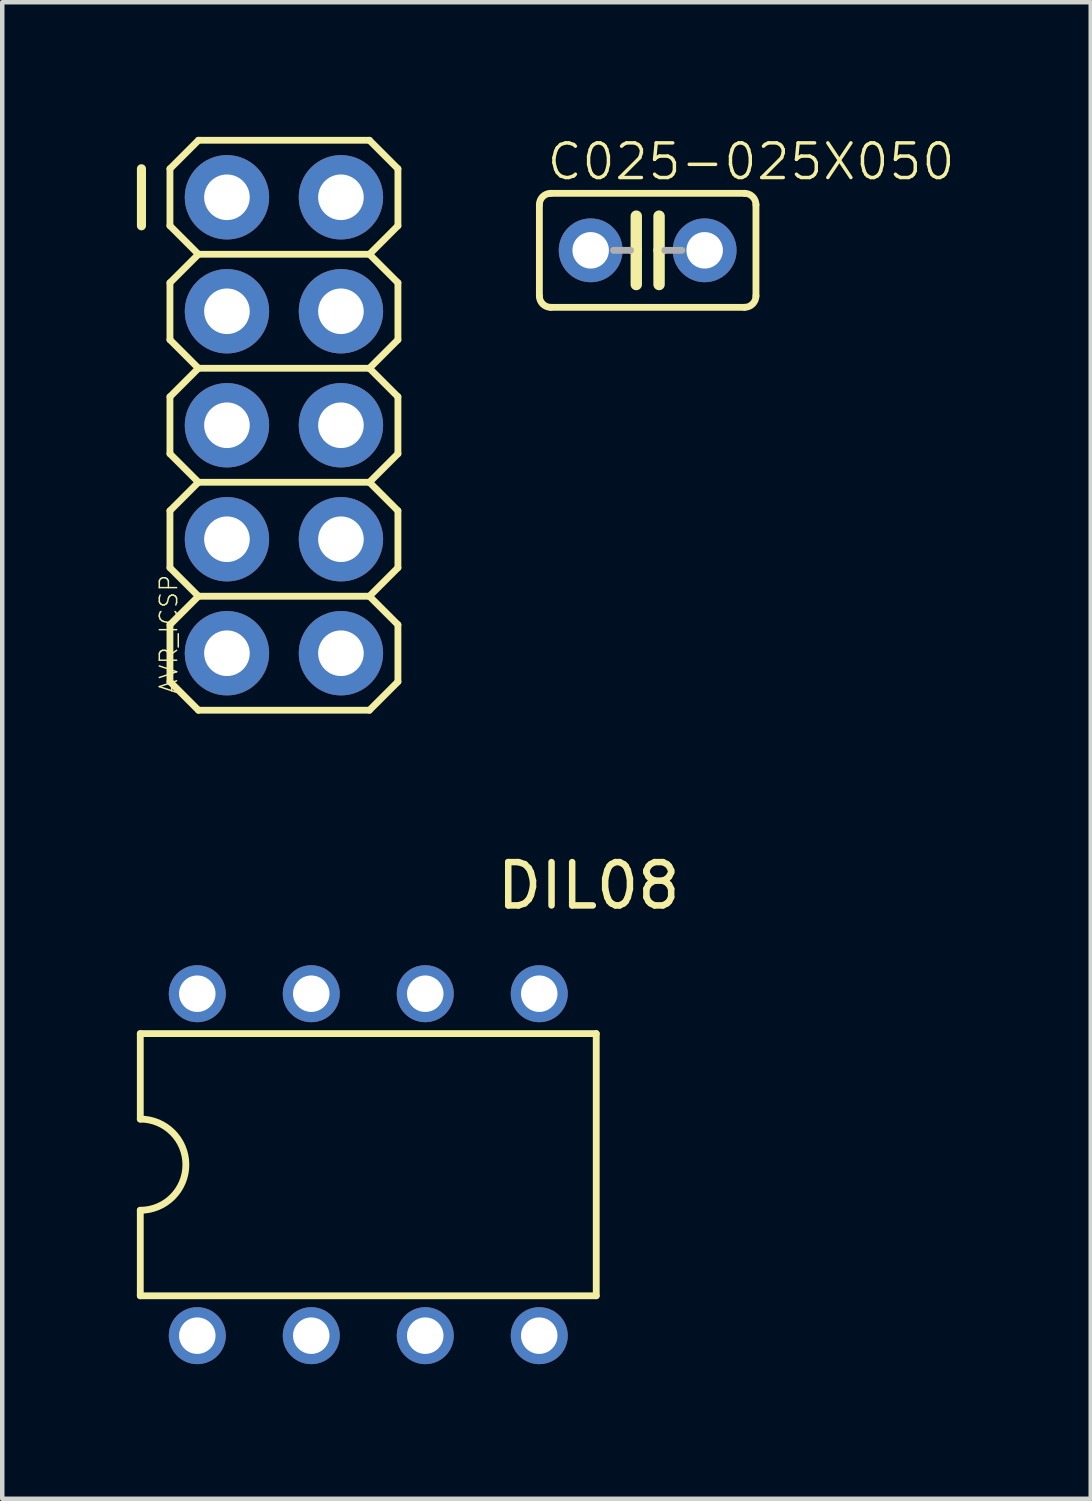
<source format=kicad_pcb>
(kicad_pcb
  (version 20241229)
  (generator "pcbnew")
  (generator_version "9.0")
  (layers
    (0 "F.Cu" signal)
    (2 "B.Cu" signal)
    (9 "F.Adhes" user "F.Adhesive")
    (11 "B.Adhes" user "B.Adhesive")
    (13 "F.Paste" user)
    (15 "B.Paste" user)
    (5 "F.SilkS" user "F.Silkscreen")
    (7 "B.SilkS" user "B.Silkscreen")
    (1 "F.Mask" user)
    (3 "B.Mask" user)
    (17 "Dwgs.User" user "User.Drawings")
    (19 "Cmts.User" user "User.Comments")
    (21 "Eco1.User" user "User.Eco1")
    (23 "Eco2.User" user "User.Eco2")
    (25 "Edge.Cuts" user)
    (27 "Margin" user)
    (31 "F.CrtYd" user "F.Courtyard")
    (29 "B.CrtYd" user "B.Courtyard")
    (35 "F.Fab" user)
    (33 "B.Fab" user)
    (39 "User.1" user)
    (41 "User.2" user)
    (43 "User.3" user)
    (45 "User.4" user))
  (footprint "DIL08"
    (layer "F.Cu")
    (at 5.156 22.903)
    (property "Reference" "DIL08" (at 2.794 -5.652 0) (layer "F.SilkS") (effects (font (size 0.965 0.965) (thickness 0.145)) (justify left bottom)))
    (attr through_hole)
    (fp_line (start -5.08 -2.921) (end -5.08 -1.016) (stroke (width 0.152) (type solid)) (layer "F.SilkS"))
    (fp_line (start -5.08 2.921) (end -5.08 1.016) (stroke (width 0.152) (type solid)) (layer "F.SilkS"))
    (fp_line (start -5.08 2.921) (end 5.08 2.921) (stroke (width 0.152) (type solid)) (layer "F.SilkS"))
    (fp_line (start 5.08 -2.921) (end -5.08 -2.921) (stroke (width 0.152) (type solid)) (layer "F.SilkS"))
    (fp_line (start 5.08 -2.921) (end 5.08 2.921) (stroke (width 0.152) (type solid)) (layer "F.SilkS"))
    (fp_arc (start -5.08 -1.016) (mid -4.064 0) (end -5.08 1.016) (stroke (width 0.1524) (type solid)) (layer "F.SilkS"))
    (pad "1" thru_hole circle (at -3.81 3.81 90) (size 1.27 1.27) (drill 0.813) (layers "*.Cu" "*.Mask"))
    (pad "2" thru_hole circle (at -1.27 3.81 90) (size 1.27 1.27) (drill 0.813) (layers "*.Cu" "*.Mask"))
    (pad "3" thru_hole circle (at 1.27 3.81 90) (size 1.27 1.27) (drill 0.813) (layers "*.Cu" "*.Mask"))
    (pad "4" thru_hole circle (at 3.81 3.81 90) (size 1.27 1.27) (drill 0.813) (layers "*.Cu" "*.Mask"))
    (pad "5" thru_hole circle (at 3.81 -3.81 90) (size 1.27 1.27) (drill 0.813) (layers "*.Cu" "*.Mask"))
    (pad "6" thru_hole circle (at 1.27 -3.81 90) (size 1.27 1.27) (drill 0.813) (layers "*.Cu" "*.Mask"))
    (pad "7" thru_hole circle (at -1.27 -3.81 90) (size 1.27 1.27) (drill 0.813) (layers "*.Cu" "*.Mask"))
    (pad "8" thru_hole circle (at -3.81 -3.81 90) (size 1.27 1.27) (drill 0.813) (layers "*.Cu" "*.Mask")))
  (footprint "AVR_ICSP"
    (layer "F.Cu")
    (at 3.277 6.426)
    (property "Reference" "AVR_ICSP" (at -2.794 3.302 90) (layer "F.SilkS") (effects (font (size 0.386 0.386) (thickness 0.033)) (justify right top)))
    (attr through_hole)
    (fp_line (start -3.175 -5.715) (end -3.175 -4.445) (stroke (width 0.203) (type solid)) (layer "F.SilkS"))
    (fp_line (start -2.54 -5.715) (end -2.54 -4.445) (stroke (width 0.152) (type solid)) (layer "F.SilkS"))
    (fp_line (start -2.54 -4.445) (end -1.905 -3.81) (stroke (width 0.152) (type solid)) (layer "F.SilkS"))
    (fp_line (start -2.54 -3.175) (end -2.54 -1.905) (stroke (width 0.152) (type solid)) (layer "F.SilkS"))
    (fp_line (start -2.54 -1.905) (end -1.905 -1.27) (stroke (width 0.152) (type solid)) (layer "F.SilkS"))
    (fp_line (start -2.54 -0.635) (end -2.54 0.635) (stroke (width 0.152) (type solid)) (layer "F.SilkS"))
    (fp_line (start -2.54 0.635) (end -1.905 1.27) (stroke (width 0.152) (type solid)) (layer "F.SilkS"))
    (fp_line (start -2.54 1.905) (end -2.54 3.175) (stroke (width 0.152) (type solid)) (layer "F.SilkS"))
    (fp_line (start -2.54 3.175) (end -1.905 3.81) (stroke (width 0.152) (type solid)) (layer "F.SilkS"))
    (fp_line (start -2.54 4.445) (end -2.54 5.715) (stroke (width 0.152) (type solid)) (layer "F.SilkS"))
    (fp_line (start -2.54 5.715) (end -1.905 6.35) (stroke (width 0.152) (type solid)) (layer "F.SilkS"))
    (fp_line (start -1.905 -6.35) (end -2.54 -5.715) (stroke (width 0.152) (type solid)) (layer "F.SilkS"))
    (fp_line (start -1.905 -6.35) (end 1.905 -6.35) (stroke (width 0.152) (type solid)) (layer "F.SilkS"))
    (fp_line (start -1.905 -3.81) (end -2.54 -3.175) (stroke (width 0.152) (type solid)) (layer "F.SilkS"))
    (fp_line (start -1.905 -1.27) (end -2.54 -0.635) (stroke (width 0.152) (type solid)) (layer "F.SilkS"))
    (fp_line (start -1.905 1.27) (end -2.54 1.905) (stroke (width 0.152) (type solid)) (layer "F.SilkS"))
    (fp_line (start -1.905 3.81) (end -2.54 4.445) (stroke (width 0.152) (type solid)) (layer "F.SilkS"))
    (fp_line (start 1.905 -6.35) (end 2.54 -5.715) (stroke (width 0.152) (type solid)) (layer "F.SilkS"))
    (fp_line (start 1.905 -3.81) (end -1.905 -3.81) (stroke (width 0.152) (type solid)) (layer "F.SilkS"))
    (fp_line (start 1.905 -3.81) (end 2.54 -3.175) (stroke (width 0.152) (type solid)) (layer "F.SilkS"))
    (fp_line (start 1.905 -1.27) (end -1.905 -1.27) (stroke (width 0.152) (type solid)) (layer "F.SilkS"))
    (fp_line (start 1.905 -1.27) (end 2.54 -0.635) (stroke (width 0.152) (type solid)) (layer "F.SilkS"))
    (fp_line (start 1.905 1.27) (end -1.905 1.27) (stroke (width 0.152) (type solid)) (layer "F.SilkS"))
    (fp_line (start 1.905 1.27) (end 2.54 1.905) (stroke (width 0.152) (type solid)) (layer "F.SilkS"))
    (fp_line (start 1.905 3.81) (end -1.905 3.81) (stroke (width 0.152) (type solid)) (layer "F.SilkS"))
    (fp_line (start 1.905 3.81) (end 2.54 4.445) (stroke (width 0.152) (type solid)) (layer "F.SilkS"))
    (fp_line (start 1.905 6.35) (end -1.905 6.35) (stroke (width 0.152) (type solid)) (layer "F.SilkS"))
    (fp_line (start 2.54 -5.715) (end 2.54 -4.445) (stroke (width 0.152) (type solid)) (layer "F.SilkS"))
    (fp_line (start 2.54 -4.445) (end 1.905 -3.81) (stroke (width 0.152) (type solid)) (layer "F.SilkS"))
    (fp_line (start 2.54 -3.175) (end 2.54 -1.905) (stroke (width 0.152) (type solid)) (layer "F.SilkS"))
    (fp_line (start 2.54 -1.905) (end 1.905 -1.27) (stroke (width 0.152) (type solid)) (layer "F.SilkS"))
    (fp_line (start 2.54 -0.635) (end 2.54 0.635) (stroke (width 0.152) (type solid)) (layer "F.SilkS"))
    (fp_line (start 2.54 0.635) (end 1.905 1.27) (stroke (width 0.152) (type solid)) (layer "F.SilkS"))
    (fp_line (start 2.54 1.905) (end 2.54 3.175) (stroke (width 0.152) (type solid)) (layer "F.SilkS"))
    (fp_line (start 2.54 3.175) (end 1.905 3.81) (stroke (width 0.152) (type solid)) (layer "F.SilkS"))
    (fp_line (start 2.54 4.445) (end 2.54 5.715) (stroke (width 0.152) (type solid)) (layer "F.SilkS"))
    (fp_line (start 2.54 5.715) (end 1.905 6.35) (stroke (width 0.152) (type solid)) (layer "F.SilkS"))
    (fp_poly (pts (xy -1.524 0.254) (xy -1.016 0.254) (xy -1.016 -0.254) (xy -1.524 -0.254)) (stroke (width 0) (type solid)) (fill yes) (layer "F.SilkS"))
    (fp_poly (pts (xy -1.524 -4.826) (xy -1.016 -4.826) (xy -1.016 -5.334) (xy -1.524 -5.334)) (stroke (width 0.1) (type solid)) (fill no) (layer "F.Fab"))
    (fp_poly (pts (xy -1.524 -2.286) (xy -1.016 -2.286) (xy -1.016 -2.794) (xy -1.524 -2.794)) (stroke (width 0.1) (type solid)) (fill no) (layer "F.Fab"))
    (fp_poly (pts (xy -1.524 2.794) (xy -1.016 2.794) (xy -1.016 2.286) (xy -1.524 2.286)) (stroke (width 0.1) (type solid)) (fill no) (layer "F.Fab"))
    (fp_poly (pts (xy -1.524 5.334) (xy -1.016 5.334) (xy -1.016 4.826) (xy -1.524 4.826)) (stroke (width 0.1) (type solid)) (fill no) (layer "F.Fab"))
    (fp_poly (pts (xy 1.016 -4.826) (xy 1.524 -4.826) (xy 1.524 -5.334) (xy 1.016 -5.334)) (stroke (width 0.1) (type solid)) (fill no) (layer "F.Fab"))
    (fp_poly (pts (xy 1.016 -2.286) (xy 1.524 -2.286) (xy 1.524 -2.794) (xy 1.016 -2.794)) (stroke (width 0.1) (type solid)) (fill no) (layer "F.Fab"))
    (fp_poly (pts (xy 1.016 0.254) (xy 1.524 0.254) (xy 1.524 -0.254) (xy 1.016 -0.254)) (stroke (width 0.1) (type solid)) (fill no) (layer "F.Fab"))
    (fp_poly (pts (xy 1.016 2.794) (xy 1.524 2.794) (xy 1.524 2.286) (xy 1.016 2.286)) (stroke (width 0.1) (type solid)) (fill no) (layer "F.Fab"))
    (fp_poly (pts (xy 1.016 5.334) (xy 1.524 5.334) (xy 1.524 4.826) (xy 1.016 4.826)) (stroke (width 0.1) (type solid)) (fill no) (layer "F.Fab"))
    (pad "1" thru_hole circle (at -1.27 -5.08 270) (size 1.88 1.88) (drill 1.016) (layers "*.Cu" "*.Mask"))
    (pad "2" thru_hole circle (at 1.27 -5.08 270) (size 1.88 1.88) (drill 1.016) (layers "*.Cu" "*.Mask"))
    (pad "3" thru_hole circle (at -1.27 -2.54 270) (size 1.88 1.88) (drill 1.016) (layers "*.Cu" "*.Mask"))
    (pad "4" thru_hole circle (at 1.27 -2.54 270) (size 1.88 1.88) (drill 1.016) (layers "*.Cu" "*.Mask"))
    (pad "5" thru_hole circle (at -1.27 0 270) (size 1.88 1.88) (drill 1.016) (layers "*.Cu" "*.Mask"))
    (pad "6" thru_hole circle (at 1.27 0 270) (size 1.88 1.88) (drill 1.016) (layers "*.Cu" "*.Mask"))
    (pad "7" thru_hole circle (at -1.27 2.54 270) (size 1.88 1.88) (drill 1.016) (layers "*.Cu" "*.Mask"))
    (pad "8" thru_hole circle (at 1.27 2.54 270) (size 1.88 1.88) (drill 1.016) (layers "*.Cu" "*.Mask"))
    (pad "9" thru_hole circle (at -1.27 5.08 270) (size 1.88 1.88) (drill 1.016) (layers "*.Cu" "*.Mask"))
    (pad "10" thru_hole circle (at 1.27 5.08 270) (size 1.88 1.88) (drill 1.016) (layers "*.Cu" "*.Mask")))
  (footprint "C025-025X050"
    (layer "F.Cu")
    (at 11.382 2.528)
    (property "Reference" "C025-025X050" (at -2.286 -1.524 0) (layer "F.SilkS") (effects (font (size 0.772 0.772) (thickness 0.077)) (justify left bottom)))
    (attr through_hole)
    (fp_line (start -2.413 -1.016) (end -2.413 1.016) (stroke (width 0.152) (type solid)) (layer "F.SilkS"))
    (fp_line (start -2.159 -1.27) (end 2.159 -1.27) (stroke (width 0.152) (type solid)) (layer "F.SilkS"))
    (fp_line (start -0.254 -0.762) (end -0.254 0) (stroke (width 0.254) (type solid)) (layer "F.SilkS"))
    (fp_line (start -0.254 0) (end -0.381 0) (stroke (width 0.152) (type solid)) (layer "F.SilkS"))
    (fp_line (start -0.254 0) (end -0.254 0.762) (stroke (width 0.254) (type solid)) (layer "F.SilkS"))
    (fp_line (start 0.254 0) (end 0.254 -0.762) (stroke (width 0.254) (type solid)) (layer "F.SilkS"))
    (fp_line (start 0.254 0) (end 0.254 0.762) (stroke (width 0.254) (type solid)) (layer "F.SilkS"))
    (fp_line (start 0.381 0) (end 0.254 0) (stroke (width 0.152) (type solid)) (layer "F.SilkS"))
    (fp_line (start 2.159 1.27) (end -2.159 1.27) (stroke (width 0.152) (type solid)) (layer "F.SilkS"))
    (fp_line (start 2.413 -1.016) (end 2.413 1.016) (stroke (width 0.152) (type solid)) (layer "F.SilkS"))
    (fp_arc (start -2.413 -1.016) (mid -2.338605 -1.195605) (end -2.159 -1.27) (stroke (width 0.1524) (type solid)) (layer "F.SilkS"))
    (fp_arc (start -2.159 1.27) (mid -2.338605 1.195605) (end -2.413 1.016) (stroke (width 0.1524) (type solid)) (layer "F.SilkS"))
    (fp_arc (start 2.159 -1.27) (mid 2.338605 -1.195605) (end 2.413 -1.016) (stroke (width 0.1524) (type solid)) (layer "F.SilkS"))
    (fp_arc (start 2.413 1.016) (mid 2.338605 1.195605) (end 2.159 1.27) (stroke (width 0.1524) (type solid)) (layer "F.SilkS"))
    (fp_line (start -0.381 0) (end -0.762 0) (stroke (width 0.152) (type solid)) (layer "F.Fab"))
    (fp_line (start 0.762 0) (end 0.381 0) (stroke (width 0.152) (type solid)) (layer "F.Fab"))
    (pad "1" thru_hole circle (at -1.27 0) (size 1.422 1.422) (drill 0.813) (layers "*.Cu" "*.Mask"))
    (pad "2" thru_hole circle (at 1.27 0) (size 1.422 1.422) (drill 0.813) (layers "*.Cu" "*.Mask")))
  (gr_rect
    (start -3 -3)
    (end 21.255 30.348)
    (stroke (width 0.1) (type default))
    (fill no)
    (layer "Edge.Cuts")))
</source>
